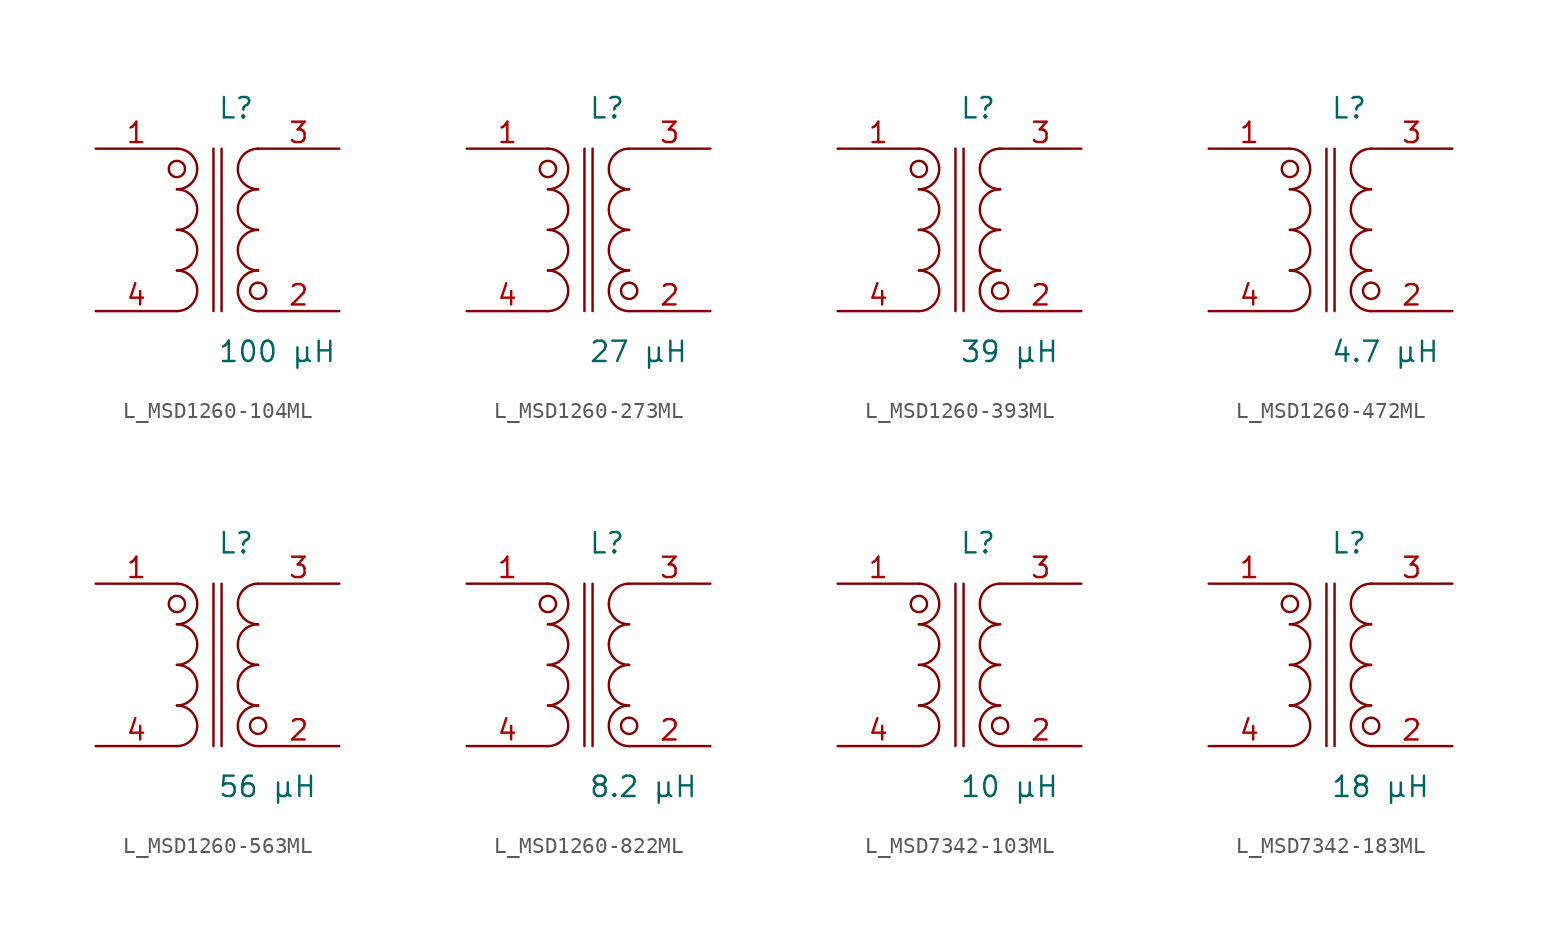
<source format=kicad_sym>
(kicad_symbol_lib
  (version 20231120)
  (generator kicad_symbol_editor)
  (generator_version 8.0)
  (symbol "L_MSD1260-104ML"
    (pin_names
      (offset 0.254))
    (property "Reference" "L"
      (at 0.0 7.62 0)
      (effects (font (size 1.27 1.27)) (justify left)))
    (property "Value" "100 µH"
      (at 0.0 -7.62 0)
      (effects (font (size 1.27 1.27)) (justify left)))
    (symbol "L_MSD1260-104ML_1_1"
      (arc (start -2.54 -5.08) (mid -1.27 -3.81) (end -2.54 -2.54) (stroke (width 0) (type default)) (fill (type none)))
      (arc (start -2.54 -2.54) (mid -1.27 -1.27) (end -2.54 0.0) (stroke (width 0) (type default)) (fill (type none)))
      (arc (start -2.54 0.0) (mid -1.27 1.27) (end -2.54 2.54) (stroke (width 0) (type default)) (fill (type none)))
      (arc (start -2.54 2.54) (mid -1.27 3.81) (end -2.54 5.08) (stroke (width 0) (type default)) (fill (type none)))
      (arc (start 2.54 5.08) (mid 1.27 3.81) (end 2.54 2.54) (stroke (width 0) (type default)) (fill (type none)))
      (arc (start 2.54 2.54) (mid 1.27 1.27) (end 2.54 0.0) (stroke (width 0) (type default)) (fill (type none)))
      (arc (start 2.54 0.0) (mid 1.27 -1.27) (end 2.54 -2.54) (stroke (width 0) (type default)) (fill (type none)))
      (arc (start 2.54 -2.54) (mid 1.27 -3.81) (end 2.54 -5.08) (stroke (width 0) (type default)) (fill (type none)))
      (circle (center -2.54 3.81) (radius 0.508) (stroke (width 0) (type default)) (fill (type none)))
      (circle (center 2.54 -3.81) (radius 0.508) (stroke (width 0) (type default)) (fill (type none)))
      (polyline (pts (xy -0.254 5.08) (xy -0.254 -5.08)) (stroke (width 0) (type default)) (fill (type none)))
      (polyline (pts (xy 0.254 5.08) (xy 0.254 -5.08)) (stroke (width 0) (type default)) (fill (type none)))
      (pin unspecified line (at -7.62 5.08 0) (length 5.08) (name "" (effects (font (size 1.27 1.27)))) (number "1" (effects (font (size 1.27 1.27)))))
      (pin unspecified line (at -7.62 -5.08 0) (length 5.08) (name "" (effects (font (size 1.27 1.27)))) (number "4" (effects (font (size 1.27 1.27)))))
      (pin unspecified line (at 7.62 5.08 180) (length 5.08) (name "" (effects (font (size 1.27 1.27)))) (number "3" (effects (font (size 1.27 1.27)))))
      (pin unspecified line (at 7.62 -5.08 180) (length 5.08) (name "" (effects (font (size 1.27 1.27)))) (number "2" (effects (font (size 1.27 1.27)))))))
  (symbol "L_MSD1260-273ML"
    (pin_names
      (offset 0.254))
    (property "Reference" "L"
      (at 0.0 7.62 0)
      (effects (font (size 1.27 1.27)) (justify left)))
    (property "Value" "27 µH"
      (at 0.0 -7.62 0)
      (effects (font (size 1.27 1.27)) (justify left)))
    (symbol "L_MSD1260-273ML_1_1"
      (arc (start -2.54 -5.08) (mid -1.27 -3.81) (end -2.54 -2.54) (stroke (width 0) (type default)) (fill (type none)))
      (arc (start -2.54 -2.54) (mid -1.27 -1.27) (end -2.54 0.0) (stroke (width 0) (type default)) (fill (type none)))
      (arc (start -2.54 0.0) (mid -1.27 1.27) (end -2.54 2.54) (stroke (width 0) (type default)) (fill (type none)))
      (arc (start -2.54 2.54) (mid -1.27 3.81) (end -2.54 5.08) (stroke (width 0) (type default)) (fill (type none)))
      (arc (start 2.54 5.08) (mid 1.27 3.81) (end 2.54 2.54) (stroke (width 0) (type default)) (fill (type none)))
      (arc (start 2.54 2.54) (mid 1.27 1.27) (end 2.54 0.0) (stroke (width 0) (type default)) (fill (type none)))
      (arc (start 2.54 0.0) (mid 1.27 -1.27) (end 2.54 -2.54) (stroke (width 0) (type default)) (fill (type none)))
      (arc (start 2.54 -2.54) (mid 1.27 -3.81) (end 2.54 -5.08) (stroke (width 0) (type default)) (fill (type none)))
      (circle (center -2.54 3.81) (radius 0.508) (stroke (width 0) (type default)) (fill (type none)))
      (circle (center 2.54 -3.81) (radius 0.508) (stroke (width 0) (type default)) (fill (type none)))
      (polyline (pts (xy -0.254 5.08) (xy -0.254 -5.08)) (stroke (width 0) (type default)) (fill (type none)))
      (polyline (pts (xy 0.254 5.08) (xy 0.254 -5.08)) (stroke (width 0) (type default)) (fill (type none)))
      (pin unspecified line (at -7.62 5.08 0) (length 5.08) (name "" (effects (font (size 1.27 1.27)))) (number "1" (effects (font (size 1.27 1.27)))))
      (pin unspecified line (at -7.62 -5.08 0) (length 5.08) (name "" (effects (font (size 1.27 1.27)))) (number "4" (effects (font (size 1.27 1.27)))))
      (pin unspecified line (at 7.62 5.08 180) (length 5.08) (name "" (effects (font (size 1.27 1.27)))) (number "3" (effects (font (size 1.27 1.27)))))
      (pin unspecified line (at 7.62 -5.08 180) (length 5.08) (name "" (effects (font (size 1.27 1.27)))) (number "2" (effects (font (size 1.27 1.27)))))))
  (symbol "L_MSD1260-393ML"
    (pin_names
      (offset 0.254))
    (property "Reference" "L"
      (at 0.0 7.62 0)
      (effects (font (size 1.27 1.27)) (justify left)))
    (property "Value" "39 µH"
      (at 0.0 -7.62 0)
      (effects (font (size 1.27 1.27)) (justify left)))
    (symbol "L_MSD1260-393ML_1_1"
      (arc (start -2.54 -5.08) (mid -1.27 -3.81) (end -2.54 -2.54) (stroke (width 0) (type default)) (fill (type none)))
      (arc (start -2.54 -2.54) (mid -1.27 -1.27) (end -2.54 0.0) (stroke (width 0) (type default)) (fill (type none)))
      (arc (start -2.54 0.0) (mid -1.27 1.27) (end -2.54 2.54) (stroke (width 0) (type default)) (fill (type none)))
      (arc (start -2.54 2.54) (mid -1.27 3.81) (end -2.54 5.08) (stroke (width 0) (type default)) (fill (type none)))
      (arc (start 2.54 5.08) (mid 1.27 3.81) (end 2.54 2.54) (stroke (width 0) (type default)) (fill (type none)))
      (arc (start 2.54 2.54) (mid 1.27 1.27) (end 2.54 0.0) (stroke (width 0) (type default)) (fill (type none)))
      (arc (start 2.54 0.0) (mid 1.27 -1.27) (end 2.54 -2.54) (stroke (width 0) (type default)) (fill (type none)))
      (arc (start 2.54 -2.54) (mid 1.27 -3.81) (end 2.54 -5.08) (stroke (width 0) (type default)) (fill (type none)))
      (circle (center -2.54 3.81) (radius 0.508) (stroke (width 0) (type default)) (fill (type none)))
      (circle (center 2.54 -3.81) (radius 0.508) (stroke (width 0) (type default)) (fill (type none)))
      (polyline (pts (xy -0.254 5.08) (xy -0.254 -5.08)) (stroke (width 0) (type default)) (fill (type none)))
      (polyline (pts (xy 0.254 5.08) (xy 0.254 -5.08)) (stroke (width 0) (type default)) (fill (type none)))
      (pin unspecified line (at -7.62 5.08 0) (length 5.08) (name "" (effects (font (size 1.27 1.27)))) (number "1" (effects (font (size 1.27 1.27)))))
      (pin unspecified line (at -7.62 -5.08 0) (length 5.08) (name "" (effects (font (size 1.27 1.27)))) (number "4" (effects (font (size 1.27 1.27)))))
      (pin unspecified line (at 7.62 5.08 180) (length 5.08) (name "" (effects (font (size 1.27 1.27)))) (number "3" (effects (font (size 1.27 1.27)))))
      (pin unspecified line (at 7.62 -5.08 180) (length 5.08) (name "" (effects (font (size 1.27 1.27)))) (number "2" (effects (font (size 1.27 1.27)))))))
  (symbol "L_MSD1260-472ML"
    (pin_names
      (offset 0.254))
    (property "Reference" "L"
      (at 0.0 7.62 0)
      (effects (font (size 1.27 1.27)) (justify left)))
    (property "Value" "4.7 µH"
      (at 0.0 -7.62 0)
      (effects (font (size 1.27 1.27)) (justify left)))
    (symbol "L_MSD1260-472ML_1_1"
      (arc (start -2.54 -5.08) (mid -1.27 -3.81) (end -2.54 -2.54) (stroke (width 0) (type default)) (fill (type none)))
      (arc (start -2.54 -2.54) (mid -1.27 -1.27) (end -2.54 0.0) (stroke (width 0) (type default)) (fill (type none)))
      (arc (start -2.54 0.0) (mid -1.27 1.27) (end -2.54 2.54) (stroke (width 0) (type default)) (fill (type none)))
      (arc (start -2.54 2.54) (mid -1.27 3.81) (end -2.54 5.08) (stroke (width 0) (type default)) (fill (type none)))
      (arc (start 2.54 5.08) (mid 1.27 3.81) (end 2.54 2.54) (stroke (width 0) (type default)) (fill (type none)))
      (arc (start 2.54 2.54) (mid 1.27 1.27) (end 2.54 0.0) (stroke (width 0) (type default)) (fill (type none)))
      (arc (start 2.54 0.0) (mid 1.27 -1.27) (end 2.54 -2.54) (stroke (width 0) (type default)) (fill (type none)))
      (arc (start 2.54 -2.54) (mid 1.27 -3.81) (end 2.54 -5.08) (stroke (width 0) (type default)) (fill (type none)))
      (circle (center -2.54 3.81) (radius 0.508) (stroke (width 0) (type default)) (fill (type none)))
      (circle (center 2.54 -3.81) (radius 0.508) (stroke (width 0) (type default)) (fill (type none)))
      (polyline (pts (xy -0.254 5.08) (xy -0.254 -5.08)) (stroke (width 0) (type default)) (fill (type none)))
      (polyline (pts (xy 0.254 5.08) (xy 0.254 -5.08)) (stroke (width 0) (type default)) (fill (type none)))
      (pin unspecified line (at -7.62 5.08 0) (length 5.08) (name "" (effects (font (size 1.27 1.27)))) (number "1" (effects (font (size 1.27 1.27)))))
      (pin unspecified line (at -7.62 -5.08 0) (length 5.08) (name "" (effects (font (size 1.27 1.27)))) (number "4" (effects (font (size 1.27 1.27)))))
      (pin unspecified line (at 7.62 5.08 180) (length 5.08) (name "" (effects (font (size 1.27 1.27)))) (number "3" (effects (font (size 1.27 1.27)))))
      (pin unspecified line (at 7.62 -5.08 180) (length 5.08) (name "" (effects (font (size 1.27 1.27)))) (number "2" (effects (font (size 1.27 1.27)))))))
  (symbol "L_MSD1260-563ML"
    (pin_names
      (offset 0.254))
    (property "Reference" "L"
      (at 0.0 7.62 0)
      (effects (font (size 1.27 1.27)) (justify left)))
    (property "Value" "56 µH"
      (at 0.0 -7.62 0)
      (effects (font (size 1.27 1.27)) (justify left)))
    (symbol "L_MSD1260-563ML_1_1"
      (arc (start -2.54 -5.08) (mid -1.27 -3.81) (end -2.54 -2.54) (stroke (width 0) (type default)) (fill (type none)))
      (arc (start -2.54 -2.54) (mid -1.27 -1.27) (end -2.54 0.0) (stroke (width 0) (type default)) (fill (type none)))
      (arc (start -2.54 0.0) (mid -1.27 1.27) (end -2.54 2.54) (stroke (width 0) (type default)) (fill (type none)))
      (arc (start -2.54 2.54) (mid -1.27 3.81) (end -2.54 5.08) (stroke (width 0) (type default)) (fill (type none)))
      (arc (start 2.54 5.08) (mid 1.27 3.81) (end 2.54 2.54) (stroke (width 0) (type default)) (fill (type none)))
      (arc (start 2.54 2.54) (mid 1.27 1.27) (end 2.54 0.0) (stroke (width 0) (type default)) (fill (type none)))
      (arc (start 2.54 0.0) (mid 1.27 -1.27) (end 2.54 -2.54) (stroke (width 0) (type default)) (fill (type none)))
      (arc (start 2.54 -2.54) (mid 1.27 -3.81) (end 2.54 -5.08) (stroke (width 0) (type default)) (fill (type none)))
      (circle (center -2.54 3.81) (radius 0.508) (stroke (width 0) (type default)) (fill (type none)))
      (circle (center 2.54 -3.81) (radius 0.508) (stroke (width 0) (type default)) (fill (type none)))
      (polyline (pts (xy -0.254 5.08) (xy -0.254 -5.08)) (stroke (width 0) (type default)) (fill (type none)))
      (polyline (pts (xy 0.254 5.08) (xy 0.254 -5.08)) (stroke (width 0) (type default)) (fill (type none)))
      (pin unspecified line (at -7.62 5.08 0) (length 5.08) (name "" (effects (font (size 1.27 1.27)))) (number "1" (effects (font (size 1.27 1.27)))))
      (pin unspecified line (at -7.62 -5.08 0) (length 5.08) (name "" (effects (font (size 1.27 1.27)))) (number "4" (effects (font (size 1.27 1.27)))))
      (pin unspecified line (at 7.62 5.08 180) (length 5.08) (name "" (effects (font (size 1.27 1.27)))) (number "3" (effects (font (size 1.27 1.27)))))
      (pin unspecified line (at 7.62 -5.08 180) (length 5.08) (name "" (effects (font (size 1.27 1.27)))) (number "2" (effects (font (size 1.27 1.27)))))))
  (symbol "L_MSD1260-822ML"
    (pin_names
      (offset 0.254))
    (property "Reference" "L"
      (at 0.0 7.62 0)
      (effects (font (size 1.27 1.27)) (justify left)))
    (property "Value" "8.2 µH"
      (at 0.0 -7.62 0)
      (effects (font (size 1.27 1.27)) (justify left)))
    (symbol "L_MSD1260-822ML_1_1"
      (arc (start -2.54 -5.08) (mid -1.27 -3.81) (end -2.54 -2.54) (stroke (width 0) (type default)) (fill (type none)))
      (arc (start -2.54 -2.54) (mid -1.27 -1.27) (end -2.54 0.0) (stroke (width 0) (type default)) (fill (type none)))
      (arc (start -2.54 0.0) (mid -1.27 1.27) (end -2.54 2.54) (stroke (width 0) (type default)) (fill (type none)))
      (arc (start -2.54 2.54) (mid -1.27 3.81) (end -2.54 5.08) (stroke (width 0) (type default)) (fill (type none)))
      (arc (start 2.54 5.08) (mid 1.27 3.81) (end 2.54 2.54) (stroke (width 0) (type default)) (fill (type none)))
      (arc (start 2.54 2.54) (mid 1.27 1.27) (end 2.54 0.0) (stroke (width 0) (type default)) (fill (type none)))
      (arc (start 2.54 0.0) (mid 1.27 -1.27) (end 2.54 -2.54) (stroke (width 0) (type default)) (fill (type none)))
      (arc (start 2.54 -2.54) (mid 1.27 -3.81) (end 2.54 -5.08) (stroke (width 0) (type default)) (fill (type none)))
      (circle (center -2.54 3.81) (radius 0.508) (stroke (width 0) (type default)) (fill (type none)))
      (circle (center 2.54 -3.81) (radius 0.508) (stroke (width 0) (type default)) (fill (type none)))
      (polyline (pts (xy -0.254 5.08) (xy -0.254 -5.08)) (stroke (width 0) (type default)) (fill (type none)))
      (polyline (pts (xy 0.254 5.08) (xy 0.254 -5.08)) (stroke (width 0) (type default)) (fill (type none)))
      (pin unspecified line (at -7.62 5.08 0) (length 5.08) (name "" (effects (font (size 1.27 1.27)))) (number "1" (effects (font (size 1.27 1.27)))))
      (pin unspecified line (at -7.62 -5.08 0) (length 5.08) (name "" (effects (font (size 1.27 1.27)))) (number "4" (effects (font (size 1.27 1.27)))))
      (pin unspecified line (at 7.62 5.08 180) (length 5.08) (name "" (effects (font (size 1.27 1.27)))) (number "3" (effects (font (size 1.27 1.27)))))
      (pin unspecified line (at 7.62 -5.08 180) (length 5.08) (name "" (effects (font (size 1.27 1.27)))) (number "2" (effects (font (size 1.27 1.27)))))))
  (symbol "L_MSD7342-103ML"
    (pin_names
      (offset 0.254))
    (property "Reference" "L"
      (at 0.0 7.62 0)
      (effects (font (size 1.27 1.27)) (justify left)))
    (property "Value" "10 µH"
      (at 0.0 -7.62 0)
      (effects (font (size 1.27 1.27)) (justify left)))
    (symbol "L_MSD7342-103ML_1_1"
      (arc (start -2.54 -5.08) (mid -1.27 -3.81) (end -2.54 -2.54) (stroke (width 0) (type default)) (fill (type none)))
      (arc (start -2.54 -2.54) (mid -1.27 -1.27) (end -2.54 0.0) (stroke (width 0) (type default)) (fill (type none)))
      (arc (start -2.54 0.0) (mid -1.27 1.27) (end -2.54 2.54) (stroke (width 0) (type default)) (fill (type none)))
      (arc (start -2.54 2.54) (mid -1.27 3.81) (end -2.54 5.08) (stroke (width 0) (type default)) (fill (type none)))
      (arc (start 2.54 5.08) (mid 1.27 3.81) (end 2.54 2.54) (stroke (width 0) (type default)) (fill (type none)))
      (arc (start 2.54 2.54) (mid 1.27 1.27) (end 2.54 0.0) (stroke (width 0) (type default)) (fill (type none)))
      (arc (start 2.54 0.0) (mid 1.27 -1.27) (end 2.54 -2.54) (stroke (width 0) (type default)) (fill (type none)))
      (arc (start 2.54 -2.54) (mid 1.27 -3.81) (end 2.54 -5.08) (stroke (width 0) (type default)) (fill (type none)))
      (circle (center -2.54 3.81) (radius 0.508) (stroke (width 0) (type default)) (fill (type none)))
      (circle (center 2.54 -3.81) (radius 0.508) (stroke (width 0) (type default)) (fill (type none)))
      (polyline (pts (xy -0.254 5.08) (xy -0.254 -5.08)) (stroke (width 0) (type default)) (fill (type none)))
      (polyline (pts (xy 0.254 5.08) (xy 0.254 -5.08)) (stroke (width 0) (type default)) (fill (type none)))
      (pin unspecified line (at -7.62 5.08 0) (length 5.08) (name "" (effects (font (size 1.27 1.27)))) (number "1" (effects (font (size 1.27 1.27)))))
      (pin unspecified line (at -7.62 -5.08 0) (length 5.08) (name "" (effects (font (size 1.27 1.27)))) (number "4" (effects (font (size 1.27 1.27)))))
      (pin unspecified line (at 7.62 5.08 180) (length 5.08) (name "" (effects (font (size 1.27 1.27)))) (number "3" (effects (font (size 1.27 1.27)))))
      (pin unspecified line (at 7.62 -5.08 180) (length 5.08) (name "" (effects (font (size 1.27 1.27)))) (number "2" (effects (font (size 1.27 1.27)))))))
  (symbol "L_MSD7342-183ML"
    (pin_names
      (offset 0.254))
    (property "Reference" "L"
      (at 0.0 7.62 0)
      (effects (font (size 1.27 1.27)) (justify left)))
    (property "Value" "18 µH"
      (at 0.0 -7.62 0)
      (effects (font (size 1.27 1.27)) (justify left)))
    (symbol "L_MSD7342-183ML_1_1"
      (arc (start -2.54 -5.08) (mid -1.27 -3.81) (end -2.54 -2.54) (stroke (width 0) (type default)) (fill (type none)))
      (arc (start -2.54 -2.54) (mid -1.27 -1.27) (end -2.54 0.0) (stroke (width 0) (type default)) (fill (type none)))
      (arc (start -2.54 0.0) (mid -1.27 1.27) (end -2.54 2.54) (stroke (width 0) (type default)) (fill (type none)))
      (arc (start -2.54 2.54) (mid -1.27 3.81) (end -2.54 5.08) (stroke (width 0) (type default)) (fill (type none)))
      (arc (start 2.54 5.08) (mid 1.27 3.81) (end 2.54 2.54) (stroke (width 0) (type default)) (fill (type none)))
      (arc (start 2.54 2.54) (mid 1.27 1.27) (end 2.54 0.0) (stroke (width 0) (type default)) (fill (type none)))
      (arc (start 2.54 0.0) (mid 1.27 -1.27) (end 2.54 -2.54) (stroke (width 0) (type default)) (fill (type none)))
      (arc (start 2.54 -2.54) (mid 1.27 -3.81) (end 2.54 -5.08) (stroke (width 0) (type default)) (fill (type none)))
      (circle (center -2.54 3.81) (radius 0.508) (stroke (width 0) (type default)) (fill (type none)))
      (circle (center 2.54 -3.81) (radius 0.508) (stroke (width 0) (type default)) (fill (type none)))
      (polyline (pts (xy -0.254 5.08) (xy -0.254 -5.08)) (stroke (width 0) (type default)) (fill (type none)))
      (polyline (pts (xy 0.254 5.08) (xy 0.254 -5.08)) (stroke (width 0) (type default)) (fill (type none)))
      (pin unspecified line (at -7.62 5.08 0) (length 5.08) (name "" (effects (font (size 1.27 1.27)))) (number "1" (effects (font (size 1.27 1.27)))))
      (pin unspecified line (at -7.62 -5.08 0) (length 5.08) (name "" (effects (font (size 1.27 1.27)))) (number "4" (effects (font (size 1.27 1.27)))))
      (pin unspecified line (at 7.62 5.08 180) (length 5.08) (name "" (effects (font (size 1.27 1.27)))) (number "3" (effects (font (size 1.27 1.27)))))
      (pin unspecified line (at 7.62 -5.08 180) (length 5.08) (name "" (effects (font (size 1.27 1.27)))) (number "2" (effects (font (size 1.27 1.27))))))))
</source>
